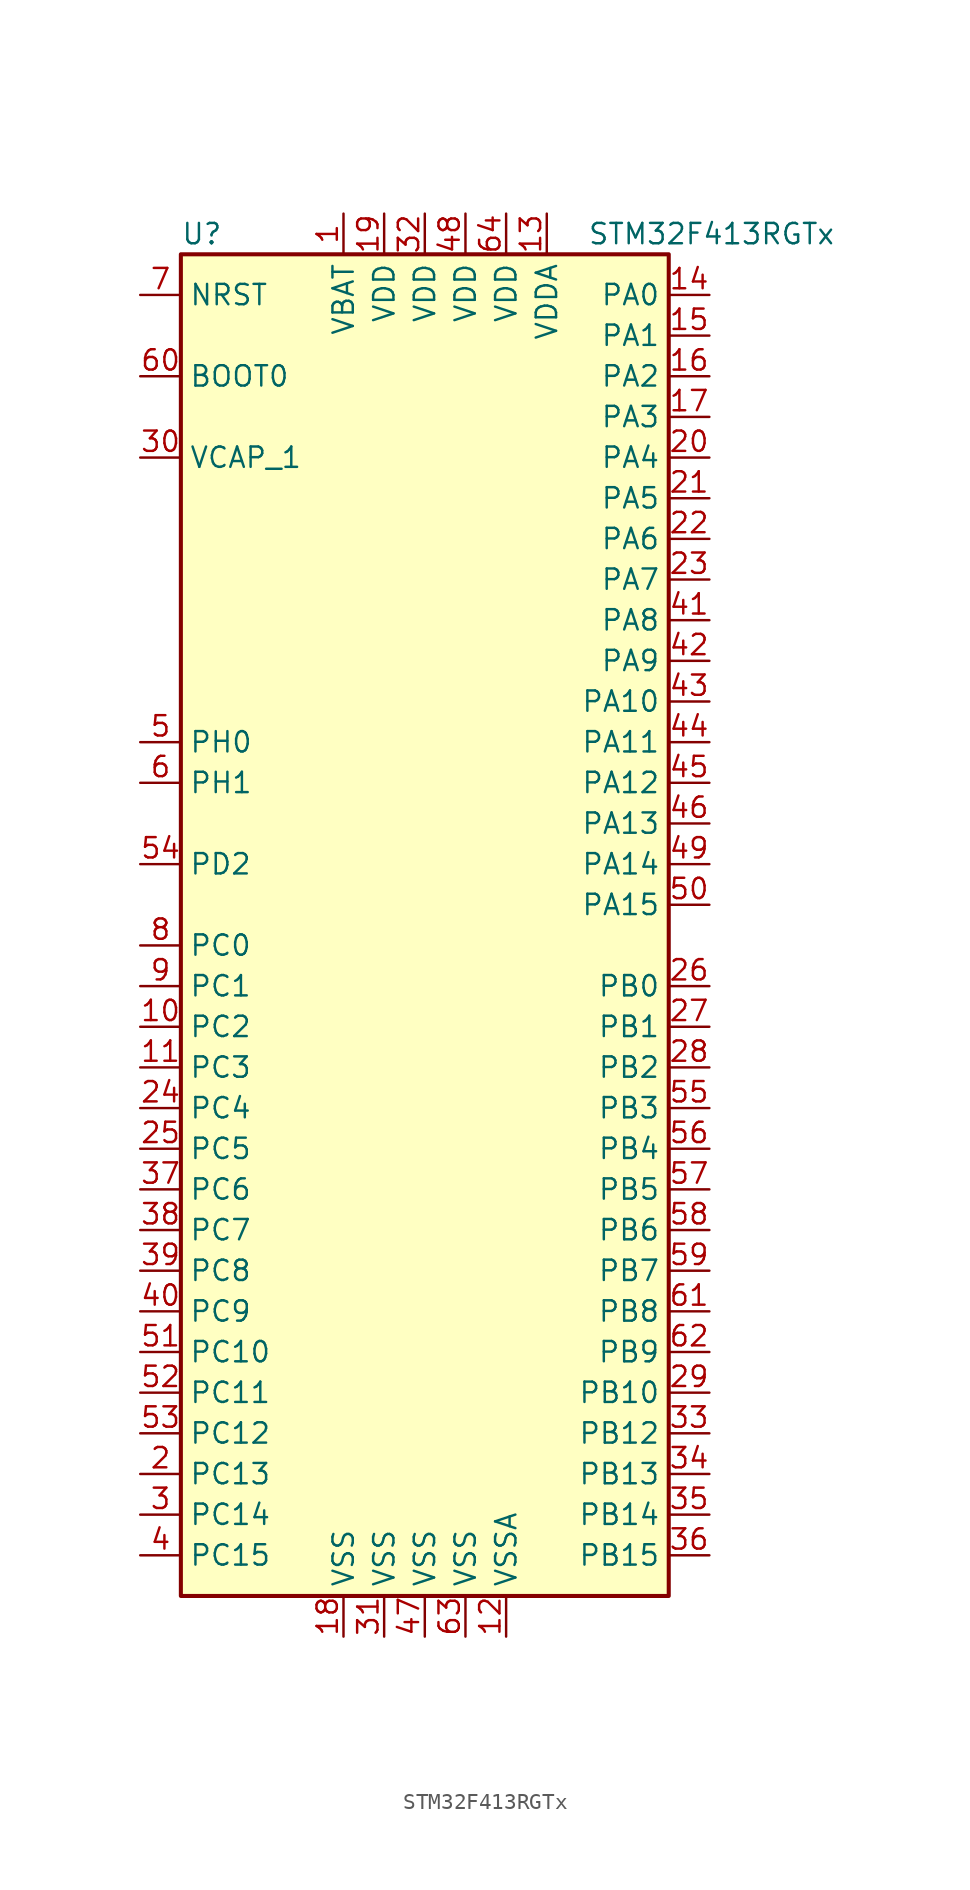
<source format=kicad_sym>
(kicad_symbol_lib
  (version 20201005)
  (generator kicad_symbol_editor)
  (symbol "STM32F413RGTx"
    (property "Reference" "U"
      (at -15.24 41.91 0)
      (effects (font (size 1.27 1.27)) (justify left)))
    (property "Value" "STM32F413RGTx"
      (at 10.16 41.91 0)
      (effects (font (size 1.27 1.27)) (justify left)))
    (symbol "STM32F413RGTx_0_1"
      (rectangle (start -15.24 -43.18) (end 15.24 40.64) (stroke (width 0.254)) (fill (type background))))
    (symbol "STM32F413RGTx_1_1"
      (pin input line (at -17.78 33.02 0) (length 2.54) (name "BOOT0" (effects (font (size 1.27 1.27)))) (number "60" (effects (font (size 1.27 1.27)))))
      (pin input line (at -17.78 38.1 0) (length 2.54) (name "NRST" (effects (font (size 1.27 1.27)))) (number "7" (effects (font (size 1.27 1.27)))))
      (pin bidirectional line (at 17.78 38.1 180) (length 2.54) (name "PA0" (effects (font (size 1.27 1.27)))) (number "14" (effects (font (size 1.27 1.27)))))
      (pin bidirectional line (at 17.78 35.56 180) (length 2.54) (name "PA1" (effects (font (size 1.27 1.27)))) (number "15" (effects (font (size 1.27 1.27)))))
      (pin bidirectional line (at 17.78 12.7 180) (length 2.54) (name "PA10" (effects (font (size 1.27 1.27)))) (number "43" (effects (font (size 1.27 1.27)))))
      (pin bidirectional line (at 17.78 10.16 180) (length 2.54) (name "PA11" (effects (font (size 1.27 1.27)))) (number "44" (effects (font (size 1.27 1.27)))))
      (pin bidirectional line (at 17.78 7.62 180) (length 2.54) (name "PA12" (effects (font (size 1.27 1.27)))) (number "45" (effects (font (size 1.27 1.27)))))
      (pin bidirectional line (at 17.78 5.08 180) (length 2.54) (name "PA13" (effects (font (size 1.27 1.27)))) (number "46" (effects (font (size 1.27 1.27)))))
      (pin bidirectional line (at 17.78 2.54 180) (length 2.54) (name "PA14" (effects (font (size 1.27 1.27)))) (number "49" (effects (font (size 1.27 1.27)))))
      (pin bidirectional line (at 17.78 0 180) (length 2.54) (name "PA15" (effects (font (size 1.27 1.27)))) (number "50" (effects (font (size 1.27 1.27)))))
      (pin bidirectional line (at 17.78 33.02 180) (length 2.54) (name "PA2" (effects (font (size 1.27 1.27)))) (number "16" (effects (font (size 1.27 1.27)))))
      (pin bidirectional line (at 17.78 30.48 180) (length 2.54) (name "PA3" (effects (font (size 1.27 1.27)))) (number "17" (effects (font (size 1.27 1.27)))))
      (pin bidirectional line (at 17.78 27.94 180) (length 2.54) (name "PA4" (effects (font (size 1.27 1.27)))) (number "20" (effects (font (size 1.27 1.27)))))
      (pin bidirectional line (at 17.78 25.4 180) (length 2.54) (name "PA5" (effects (font (size 1.27 1.27)))) (number "21" (effects (font (size 1.27 1.27)))))
      (pin bidirectional line (at 17.78 22.86 180) (length 2.54) (name "PA6" (effects (font (size 1.27 1.27)))) (number "22" (effects (font (size 1.27 1.27)))))
      (pin bidirectional line (at 17.78 20.32 180) (length 2.54) (name "PA7" (effects (font (size 1.27 1.27)))) (number "23" (effects (font (size 1.27 1.27)))))
      (pin bidirectional line (at 17.78 17.78 180) (length 2.54) (name "PA8" (effects (font (size 1.27 1.27)))) (number "41" (effects (font (size 1.27 1.27)))))
      (pin bidirectional line (at 17.78 15.24 180) (length 2.54) (name "PA9" (effects (font (size 1.27 1.27)))) (number "42" (effects (font (size 1.27 1.27)))))
      (pin bidirectional line (at 17.78 -5.08 180) (length 2.54) (name "PB0" (effects (font (size 1.27 1.27)))) (number "26" (effects (font (size 1.27 1.27)))))
      (pin bidirectional line (at 17.78 -7.62 180) (length 2.54) (name "PB1" (effects (font (size 1.27 1.27)))) (number "27" (effects (font (size 1.27 1.27)))))
      (pin bidirectional line (at 17.78 -30.48 180) (length 2.54) (name "PB10" (effects (font (size 1.27 1.27)))) (number "29" (effects (font (size 1.27 1.27)))))
      (pin bidirectional line (at 17.78 -33.02 180) (length 2.54) (name "PB12" (effects (font (size 1.27 1.27)))) (number "33" (effects (font (size 1.27 1.27)))))
      (pin bidirectional line (at 17.78 -35.56 180) (length 2.54) (name "PB13" (effects (font (size 1.27 1.27)))) (number "34" (effects (font (size 1.27 1.27)))))
      (pin bidirectional line (at 17.78 -38.1 180) (length 2.54) (name "PB14" (effects (font (size 1.27 1.27)))) (number "35" (effects (font (size 1.27 1.27)))))
      (pin bidirectional line (at 17.78 -40.64 180) (length 2.54) (name "PB15" (effects (font (size 1.27 1.27)))) (number "36" (effects (font (size 1.27 1.27)))))
      (pin bidirectional line (at 17.78 -10.16 180) (length 2.54) (name "PB2" (effects (font (size 1.27 1.27)))) (number "28" (effects (font (size 1.27 1.27)))))
      (pin bidirectional line (at 17.78 -12.7 180) (length 2.54) (name "PB3" (effects (font (size 1.27 1.27)))) (number "55" (effects (font (size 1.27 1.27)))))
      (pin bidirectional line (at 17.78 -15.24 180) (length 2.54) (name "PB4" (effects (font (size 1.27 1.27)))) (number "56" (effects (font (size 1.27 1.27)))))
      (pin bidirectional line (at 17.78 -17.78 180) (length 2.54) (name "PB5" (effects (font (size 1.27 1.27)))) (number "57" (effects (font (size 1.27 1.27)))))
      (pin bidirectional line (at 17.78 -20.32 180) (length 2.54) (name "PB6" (effects (font (size 1.27 1.27)))) (number "58" (effects (font (size 1.27 1.27)))))
      (pin bidirectional line (at 17.78 -22.86 180) (length 2.54) (name "PB7" (effects (font (size 1.27 1.27)))) (number "59" (effects (font (size 1.27 1.27)))))
      (pin bidirectional line (at 17.78 -25.4 180) (length 2.54) (name "PB8" (effects (font (size 1.27 1.27)))) (number "61" (effects (font (size 1.27 1.27)))))
      (pin bidirectional line (at 17.78 -27.94 180) (length 2.54) (name "PB9" (effects (font (size 1.27 1.27)))) (number "62" (effects (font (size 1.27 1.27)))))
      (pin bidirectional line (at -17.78 -2.54 0) (length 2.54) (name "PC0" (effects (font (size 1.27 1.27)))) (number "8" (effects (font (size 1.27 1.27)))))
      (pin bidirectional line (at -17.78 -5.08 0) (length 2.54) (name "PC1" (effects (font (size 1.27 1.27)))) (number "9" (effects (font (size 1.27 1.27)))))
      (pin bidirectional line (at -17.78 -27.94 0) (length 2.54) (name "PC10" (effects (font (size 1.27 1.27)))) (number "51" (effects (font (size 1.27 1.27)))))
      (pin bidirectional line (at -17.78 -30.48 0) (length 2.54) (name "PC11" (effects (font (size 1.27 1.27)))) (number "52" (effects (font (size 1.27 1.27)))))
      (pin bidirectional line (at -17.78 -33.02 0) (length 2.54) (name "PC12" (effects (font (size 1.27 1.27)))) (number "53" (effects (font (size 1.27 1.27)))))
      (pin bidirectional line (at -17.78 -35.56 0) (length 2.54) (name "PC13" (effects (font (size 1.27 1.27)))) (number "2" (effects (font (size 1.27 1.27)))))
      (pin bidirectional line (at -17.78 -38.1 0) (length 2.54) (name "PC14" (effects (font (size 1.27 1.27)))) (number "3" (effects (font (size 1.27 1.27)))))
      (pin bidirectional line (at -17.78 -40.64 0) (length 2.54) (name "PC15" (effects (font (size 1.27 1.27)))) (number "4" (effects (font (size 1.27 1.27)))))
      (pin bidirectional line (at -17.78 -7.62 0) (length 2.54) (name "PC2" (effects (font (size 1.27 1.27)))) (number "10" (effects (font (size 1.27 1.27)))))
      (pin bidirectional line (at -17.78 -10.16 0) (length 2.54) (name "PC3" (effects (font (size 1.27 1.27)))) (number "11" (effects (font (size 1.27 1.27)))))
      (pin bidirectional line (at -17.78 -12.7 0) (length 2.54) (name "PC4" (effects (font (size 1.27 1.27)))) (number "24" (effects (font (size 1.27 1.27)))))
      (pin bidirectional line (at -17.78 -15.24 0) (length 2.54) (name "PC5" (effects (font (size 1.27 1.27)))) (number "25" (effects (font (size 1.27 1.27)))))
      (pin bidirectional line (at -17.78 -17.78 0) (length 2.54) (name "PC6" (effects (font (size 1.27 1.27)))) (number "37" (effects (font (size 1.27 1.27)))))
      (pin bidirectional line (at -17.78 -20.32 0) (length 2.54) (name "PC7" (effects (font (size 1.27 1.27)))) (number "38" (effects (font (size 1.27 1.27)))))
      (pin bidirectional line (at -17.78 -22.86 0) (length 2.54) (name "PC8" (effects (font (size 1.27 1.27)))) (number "39" (effects (font (size 1.27 1.27)))))
      (pin bidirectional line (at -17.78 -25.4 0) (length 2.54) (name "PC9" (effects (font (size 1.27 1.27)))) (number "40" (effects (font (size 1.27 1.27)))))
      (pin bidirectional line (at -17.78 2.54 0) (length 2.54) (name "PD2" (effects (font (size 1.27 1.27)))) (number "54" (effects (font (size 1.27 1.27)))))
      (pin input line (at -17.78 10.16 0) (length 2.54) (name "PH0" (effects (font (size 1.27 1.27)))) (number "5" (effects (font (size 1.27 1.27)))))
      (pin input line (at -17.78 7.62 0) (length 2.54) (name "PH1" (effects (font (size 1.27 1.27)))) (number "6" (effects (font (size 1.27 1.27)))))
      (pin power_in line (at -5.08 43.18 270) (length 2.54) (name "VBAT" (effects (font (size 1.27 1.27)))) (number "1" (effects (font (size 1.27 1.27)))))
      (pin power_in line (at -17.78 27.94 0) (length 2.54) (name "VCAP_1" (effects (font (size 1.27 1.27)))) (number "30" (effects (font (size 1.27 1.27)))))
      (pin power_in line (at -2.54 43.18 270) (length 2.54) (name "VDD" (effects (font (size 1.27 1.27)))) (number "19" (effects (font (size 1.27 1.27)))))
      (pin power_in line (at 0 43.18 270) (length 2.54) (name "VDD" (effects (font (size 1.27 1.27)))) (number "32" (effects (font (size 1.27 1.27)))))
      (pin power_in line (at 2.54 43.18 270) (length 2.54) (name "VDD" (effects (font (size 1.27 1.27)))) (number "48" (effects (font (size 1.27 1.27)))))
      (pin power_in line (at 5.08 43.18 270) (length 2.54) (name "VDD" (effects (font (size 1.27 1.27)))) (number "64" (effects (font (size 1.27 1.27)))))
      (pin power_in line (at 7.62 43.18 270) (length 2.54) (name "VDDA" (effects (font (size 1.27 1.27)))) (number "13" (effects (font (size 1.27 1.27)))))
      (pin power_in line (at -5.08 -45.72 90) (length 2.54) (name "VSS" (effects (font (size 1.27 1.27)))) (number "18" (effects (font (size 1.27 1.27)))))
      (pin power_in line (at -2.54 -45.72 90) (length 2.54) (name "VSS" (effects (font (size 1.27 1.27)))) (number "31" (effects (font (size 1.27 1.27)))))
      (pin power_in line (at 0 -45.72 90) (length 2.54) (name "VSS" (effects (font (size 1.27 1.27)))) (number "47" (effects (font (size 1.27 1.27)))))
      (pin power_in line (at 2.54 -45.72 90) (length 2.54) (name "VSS" (effects (font (size 1.27 1.27)))) (number "63" (effects (font (size 1.27 1.27)))))
      (pin power_in line (at 5.08 -45.72 90) (length 2.54) (name "VSSA" (effects (font (size 1.27 1.27)))) (number "12" (effects (font (size 1.27 1.27))))))))
</source>
